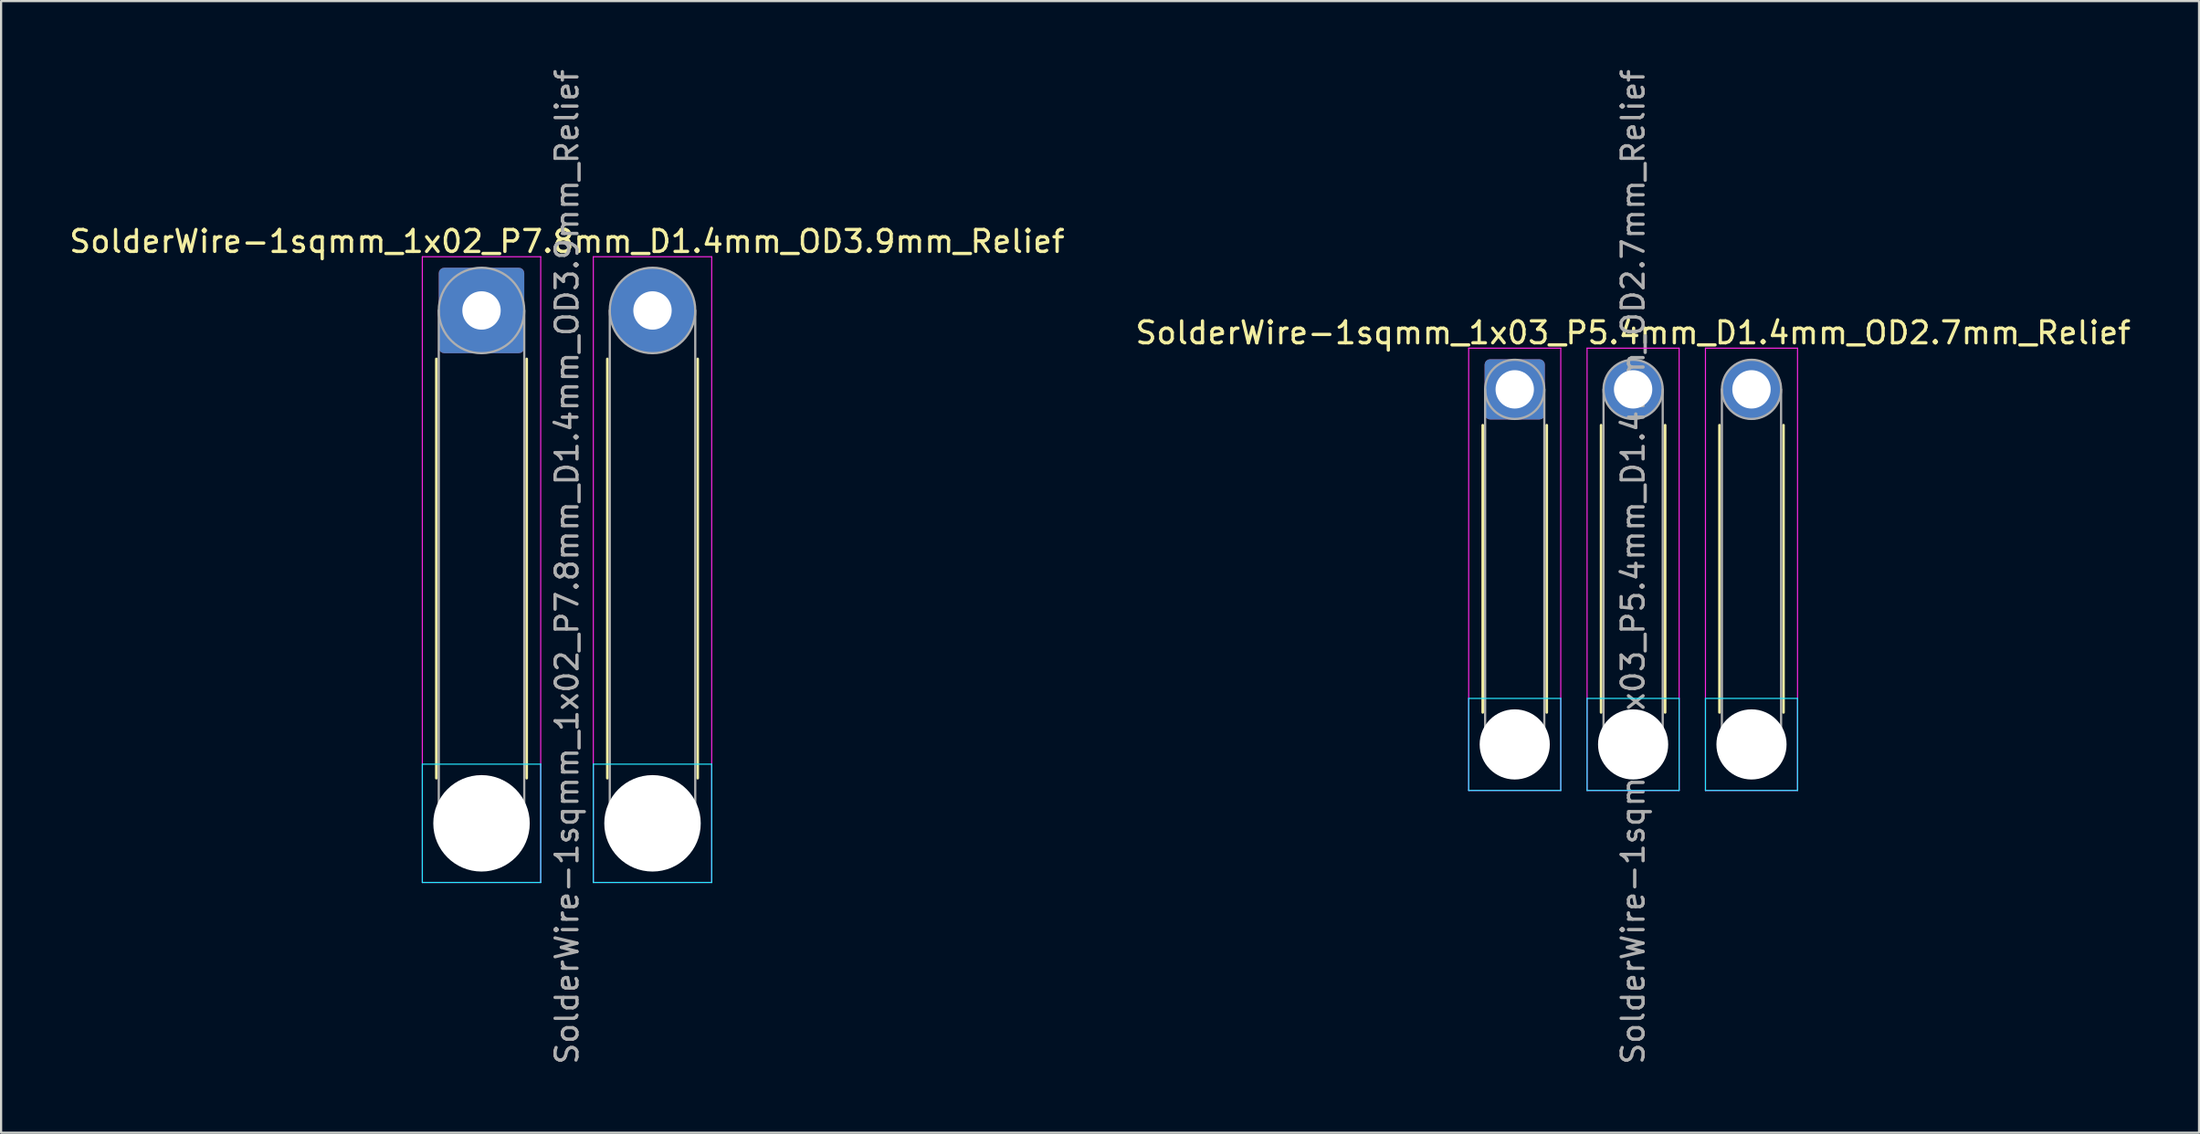
<source format=kicad_pcb>
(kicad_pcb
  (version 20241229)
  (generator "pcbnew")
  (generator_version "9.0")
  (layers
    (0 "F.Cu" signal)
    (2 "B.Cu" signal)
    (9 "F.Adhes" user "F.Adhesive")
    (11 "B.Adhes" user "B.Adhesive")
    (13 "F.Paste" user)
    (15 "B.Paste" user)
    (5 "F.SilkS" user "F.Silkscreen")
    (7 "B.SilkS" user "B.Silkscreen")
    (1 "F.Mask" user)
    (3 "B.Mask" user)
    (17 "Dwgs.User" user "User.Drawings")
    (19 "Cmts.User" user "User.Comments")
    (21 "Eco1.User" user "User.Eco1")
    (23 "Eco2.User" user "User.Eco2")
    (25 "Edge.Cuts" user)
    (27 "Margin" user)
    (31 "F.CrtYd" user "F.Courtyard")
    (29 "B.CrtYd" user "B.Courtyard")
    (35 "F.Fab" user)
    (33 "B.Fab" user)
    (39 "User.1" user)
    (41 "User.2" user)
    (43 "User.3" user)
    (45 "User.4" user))
  (footprint "SolderWire-1sqmm_1x03_P5.4mm_D1.4mm_OD2.7mm_Relief"
    (layer "F.Cu")
    (at 66.046 14.715)
    (property "Reference" "SolderWire-1sqmm_1x03_P5.4mm_D1.4mm_OD2.7mm_Relief" (at 5.4 -2.58 0) (layer "F.SilkS") (effects (font (size 1 1) (thickness 0.15))))
    (attr exclude_from_pos_files exclude_from_bom)
    (fp_line (start -1.46 1.635) (end -1.46 14.74) (stroke (width 0.12) (type solid)) (layer "F.SilkS"))
    (fp_line (start 1.46 1.635) (end 1.46 14.74) (stroke (width 0.12) (type solid)) (layer "F.SilkS"))
    (fp_line (start 3.94 1.635) (end 3.94 14.74) (stroke (width 0.12) (type solid)) (layer "F.SilkS"))
    (fp_line (start 6.86 1.635) (end 6.86 14.74) (stroke (width 0.12) (type solid)) (layer "F.SilkS"))
    (fp_line (start 9.34 1.635) (end 9.34 14.74) (stroke (width 0.12) (type solid)) (layer "F.SilkS"))
    (fp_line (start 12.26 1.635) (end 12.26 14.74) (stroke (width 0.12) (type solid)) (layer "F.SilkS"))
    (fp_line (start -2.1 14.1) (end -2.1 18.3) (stroke (width 0.05) (type solid)) (layer "B.CrtYd"))
    (fp_line (start -2.1 18.3) (end 2.1 18.3) (stroke (width 0.05) (type solid)) (layer "B.CrtYd"))
    (fp_line (start 2.1 14.1) (end -2.1 14.1) (stroke (width 0.05) (type solid)) (layer "B.CrtYd"))
    (fp_line (start 2.1 18.3) (end 2.1 14.1) (stroke (width 0.05) (type solid)) (layer "B.CrtYd"))
    (fp_line (start 3.3 14.1) (end 3.3 18.3) (stroke (width 0.05) (type solid)) (layer "B.CrtYd"))
    (fp_line (start 3.3 18.3) (end 7.5 18.3) (stroke (width 0.05) (type solid)) (layer "B.CrtYd"))
    (fp_line (start 7.5 14.1) (end 3.3 14.1) (stroke (width 0.05) (type solid)) (layer "B.CrtYd"))
    (fp_line (start 7.5 18.3) (end 7.5 14.1) (stroke (width 0.05) (type solid)) (layer "B.CrtYd"))
    (fp_line (start 8.7 14.1) (end 8.7 18.3) (stroke (width 0.05) (type solid)) (layer "B.CrtYd"))
    (fp_line (start 8.7 18.3) (end 12.9 18.3) (stroke (width 0.05) (type solid)) (layer "B.CrtYd"))
    (fp_line (start 12.9 14.1) (end 8.7 14.1) (stroke (width 0.05) (type solid)) (layer "B.CrtYd"))
    (fp_line (start 12.9 18.3) (end 12.9 14.1) (stroke (width 0.05) (type solid)) (layer "B.CrtYd"))
    (fp_line (start -2.1 -1.88) (end -2.1 18.3) (stroke (width 0.05) (type solid)) (layer "F.CrtYd"))
    (fp_line (start -2.1 18.3) (end 2.1 18.3) (stroke (width 0.05) (type solid)) (layer "F.CrtYd"))
    (fp_line (start 2.1 -1.88) (end -2.1 -1.88) (stroke (width 0.05) (type solid)) (layer "F.CrtYd"))
    (fp_line (start 2.1 18.3) (end 2.1 -1.88) (stroke (width 0.05) (type solid)) (layer "F.CrtYd"))
    (fp_line (start 3.3 -1.88) (end 3.3 18.3) (stroke (width 0.05) (type solid)) (layer "F.CrtYd"))
    (fp_line (start 3.3 18.3) (end 7.5 18.3) (stroke (width 0.05) (type solid)) (layer "F.CrtYd"))
    (fp_line (start 7.5 -1.88) (end 3.3 -1.88) (stroke (width 0.05) (type solid)) (layer "F.CrtYd"))
    (fp_line (start 7.5 18.3) (end 7.5 -1.88) (stroke (width 0.05) (type solid)) (layer "F.CrtYd"))
    (fp_line (start 8.7 -1.88) (end 8.7 18.3) (stroke (width 0.05) (type solid)) (layer "F.CrtYd"))
    (fp_line (start 8.7 18.3) (end 12.9 18.3) (stroke (width 0.05) (type solid)) (layer "F.CrtYd"))
    (fp_line (start 12.9 -1.88) (end 8.7 -1.88) (stroke (width 0.05) (type solid)) (layer "F.CrtYd"))
    (fp_line (start 12.9 18.3) (end 12.9 -1.88) (stroke (width 0.05) (type solid)) (layer "F.CrtYd"))
    (fp_line (start -1.35 0) (end -1.35 16.2) (stroke (width 0.1) (type solid)) (layer "F.Fab"))
    (fp_line (start 1.35 0) (end 1.35 16.2) (stroke (width 0.1) (type solid)) (layer "F.Fab"))
    (fp_line (start 4.05 0) (end 4.05 16.2) (stroke (width 0.1) (type solid)) (layer "F.Fab"))
    (fp_line (start 6.75 0) (end 6.75 16.2) (stroke (width 0.1) (type solid)) (layer "F.Fab"))
    (fp_line (start 9.45 0) (end 9.45 16.2) (stroke (width 0.1) (type solid)) (layer "F.Fab"))
    (fp_line (start 12.15 0) (end 12.15 16.2) (stroke (width 0.1) (type solid)) (layer "F.Fab"))
    (fp_circle (center 0 0) (end 1.35 0) (stroke (width 0.1) (type solid)) (fill no) (layer "F.Fab"))
    (fp_circle (center 0 16.2) (end 1.35 16.2) (stroke (width 0.1) (type solid)) (fill no) (layer "F.Fab"))
    (fp_circle (center 5.4 0) (end 6.75 0) (stroke (width 0.1) (type solid)) (fill no) (layer "F.Fab"))
    (fp_circle (center 5.4 16.2) (end 6.75 16.2) (stroke (width 0.1) (type solid)) (fill no) (layer "F.Fab"))
    (fp_circle (center 10.8 0) (end 12.15 0) (stroke (width 0.1) (type solid)) (fill no) (layer "F.Fab"))
    (fp_circle (center 10.8 16.2) (end 12.15 16.2) (stroke (width 0.1) (type solid)) (fill no) (layer "F.Fab"))
    (fp_text user "${REFERENCE}" (at 5.4 8.1 90) (layer "F.Fab") (effects (font (size 1 1) (thickness 0.15))))
    (pad "" np_thru_hole circle (at 0 16.2) (size 3.2 3.2) (drill 3.2) (layers "*.Cu" "*.Mask"))
    (pad "" np_thru_hole circle (at 5.4 16.2) (size 3.2 3.2) (drill 3.2) (layers "*.Cu" "*.Mask"))
    (pad "" np_thru_hole circle (at 10.8 16.2) (size 3.2 3.2) (drill 3.2) (layers "*.Cu" "*.Mask"))
    (pad "1" thru_hole roundrect (at 0 0) (size 2.75 2.75) (drill 1.75) (layers "*.Cu" "*.Mask") (roundrect_rratio 0.091))
    (pad "2" thru_hole circle (at 5.4 0) (size 2.75 2.75) (drill 1.75) (layers "*.Cu" "*.Mask"))
    (pad "3" thru_hole circle (at 10.8 0) (size 2.75 2.75) (drill 1.75) (layers "*.Cu" "*.Mask")))
  (footprint "SolderWire-1sqmm_1x02_P7.8mm_D1.4mm_OD3.9mm_Relief"
    (layer "F.Cu")
    (at 18.915 11.115)
    (property "Reference" "SolderWire-1sqmm_1x02_P7.8mm_D1.4mm_OD3.9mm_Relief" (at 3.9 -3.15 0) (layer "F.SilkS") (effects (font (size 1 1) (thickness 0.15))))
    (attr exclude_from_pos_files exclude_from_bom)
    (fp_line (start -2.06 2.21) (end -2.06 21.34) (stroke (width 0.12) (type solid)) (layer "F.SilkS"))
    (fp_line (start 2.06 2.21) (end 2.06 21.34) (stroke (width 0.12) (type solid)) (layer "F.SilkS"))
    (fp_line (start 5.74 2.21) (end 5.74 21.34) (stroke (width 0.12) (type solid)) (layer "F.SilkS"))
    (fp_line (start 9.86 2.21) (end 9.86 21.34) (stroke (width 0.12) (type solid)) (layer "F.SilkS"))
    (fp_line (start -2.7 20.7) (end -2.7 26.1) (stroke (width 0.05) (type solid)) (layer "B.CrtYd"))
    (fp_line (start -2.7 26.1) (end 2.7 26.1) (stroke (width 0.05) (type solid)) (layer "B.CrtYd"))
    (fp_line (start 2.7 20.7) (end -2.7 20.7) (stroke (width 0.05) (type solid)) (layer "B.CrtYd"))
    (fp_line (start 2.7 26.1) (end 2.7 20.7) (stroke (width 0.05) (type solid)) (layer "B.CrtYd"))
    (fp_line (start 5.1 20.7) (end 5.1 26.1) (stroke (width 0.05) (type solid)) (layer "B.CrtYd"))
    (fp_line (start 5.1 26.1) (end 10.5 26.1) (stroke (width 0.05) (type solid)) (layer "B.CrtYd"))
    (fp_line (start 10.5 20.7) (end 5.1 20.7) (stroke (width 0.05) (type solid)) (layer "B.CrtYd"))
    (fp_line (start 10.5 26.1) (end 10.5 20.7) (stroke (width 0.05) (type solid)) (layer "B.CrtYd"))
    (fp_line (start -2.7 -2.45) (end -2.7 26.1) (stroke (width 0.05) (type solid)) (layer "F.CrtYd"))
    (fp_line (start -2.7 26.1) (end 2.7 26.1) (stroke (width 0.05) (type solid)) (layer "F.CrtYd"))
    (fp_line (start 2.7 -2.45) (end -2.7 -2.45) (stroke (width 0.05) (type solid)) (layer "F.CrtYd"))
    (fp_line (start 2.7 26.1) (end 2.7 -2.45) (stroke (width 0.05) (type solid)) (layer "F.CrtYd"))
    (fp_line (start 5.1 -2.45) (end 5.1 26.1) (stroke (width 0.05) (type solid)) (layer "F.CrtYd"))
    (fp_line (start 5.1 26.1) (end 10.5 26.1) (stroke (width 0.05) (type solid)) (layer "F.CrtYd"))
    (fp_line (start 10.5 -2.45) (end 5.1 -2.45) (stroke (width 0.05) (type solid)) (layer "F.CrtYd"))
    (fp_line (start 10.5 26.1) (end 10.5 -2.45) (stroke (width 0.05) (type solid)) (layer "F.CrtYd"))
    (fp_line (start -1.95 0) (end -1.95 23.4) (stroke (width 0.1) (type solid)) (layer "F.Fab"))
    (fp_line (start 1.95 0) (end 1.95 23.4) (stroke (width 0.1) (type solid)) (layer "F.Fab"))
    (fp_line (start 5.85 0) (end 5.85 23.4) (stroke (width 0.1) (type solid)) (layer "F.Fab"))
    (fp_line (start 9.75 0) (end 9.75 23.4) (stroke (width 0.1) (type solid)) (layer "F.Fab"))
    (fp_circle (center 0 0) (end 1.95 0) (stroke (width 0.1) (type solid)) (fill no) (layer "F.Fab"))
    (fp_circle (center 0 23.4) (end 1.95 23.4) (stroke (width 0.1) (type solid)) (fill no) (layer "F.Fab"))
    (fp_circle (center 7.8 0) (end 9.75 0) (stroke (width 0.1) (type solid)) (fill no) (layer "F.Fab"))
    (fp_circle (center 7.8 23.4) (end 9.75 23.4) (stroke (width 0.1) (type solid)) (fill no) (layer "F.Fab"))
    (fp_text user "${REFERENCE}" (at 3.9 11.7 90) (layer "F.Fab") (effects (font (size 1 1) (thickness 0.15))))
    (pad "" np_thru_hole circle (at 0 23.4) (size 4.4 4.4) (drill 4.4) (layers "*.Cu" "*.Mask"))
    (pad "" np_thru_hole circle (at 7.8 23.4) (size 4.4 4.4) (drill 4.4) (layers "*.Cu" "*.Mask"))
    (pad "1" thru_hole roundrect (at 0 0) (size 3.9 3.9) (drill 1.75) (layers "*.Cu" "*.Mask") (roundrect_rratio 0.064))
    (pad "2" thru_hole circle (at 7.8 0) (size 3.9 3.9) (drill 1.75) (layers "*.Cu" "*.Mask")))
  (gr_rect
    (start -3 -3)
    (end 97.262 48.631)
    (stroke (width 0.1) (type default))
    (fill no)
    (layer "Edge.Cuts")))
</source>
